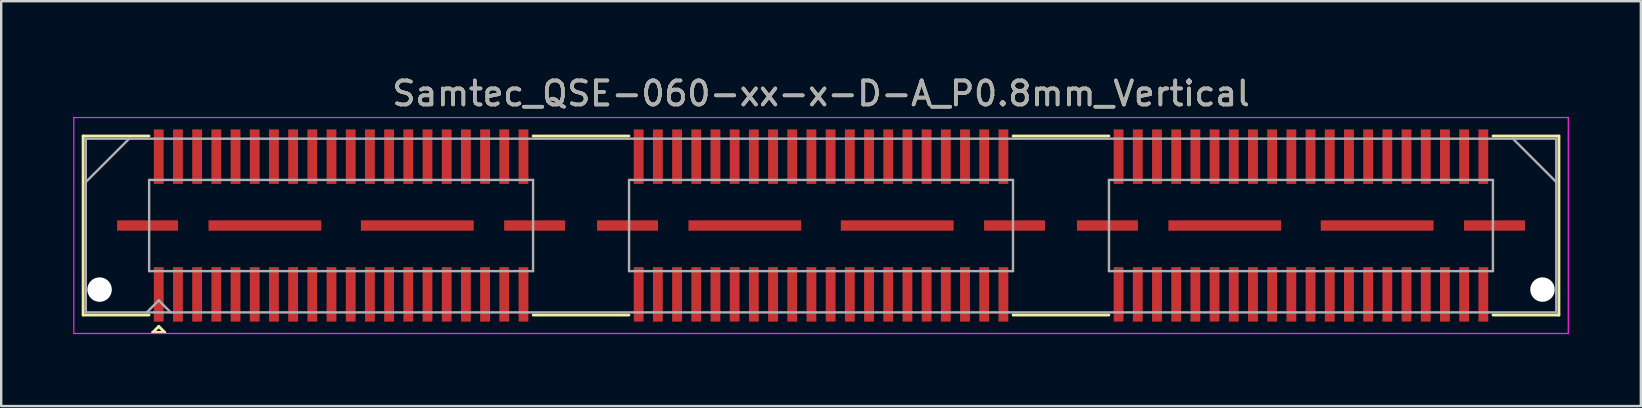
<source format=kicad_pcb>
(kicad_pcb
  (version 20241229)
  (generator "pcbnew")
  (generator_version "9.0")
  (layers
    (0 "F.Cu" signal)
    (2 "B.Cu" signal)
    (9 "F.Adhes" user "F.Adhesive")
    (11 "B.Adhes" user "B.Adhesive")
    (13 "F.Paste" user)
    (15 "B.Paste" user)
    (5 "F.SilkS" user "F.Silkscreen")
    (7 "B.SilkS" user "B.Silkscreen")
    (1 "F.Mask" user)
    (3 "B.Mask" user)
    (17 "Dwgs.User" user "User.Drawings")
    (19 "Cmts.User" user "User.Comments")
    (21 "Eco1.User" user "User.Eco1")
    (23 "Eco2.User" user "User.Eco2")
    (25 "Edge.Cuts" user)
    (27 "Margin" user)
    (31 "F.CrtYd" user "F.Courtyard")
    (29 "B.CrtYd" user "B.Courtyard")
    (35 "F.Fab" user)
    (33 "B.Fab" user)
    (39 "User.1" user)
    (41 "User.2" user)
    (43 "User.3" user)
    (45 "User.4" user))
  (footprint "Samtec_QSE-060-xx-x-D-A_P0.8mm_Vertical"
    (layer "F.Cu")
    (at 31.165 6.348)
    (property "Reference" "Samtec_QSE-060-xx-x-D-A_P0.8mm_Vertical" (at 0 -5.5 0) (layer "F.SilkS") (effects (font (size 1 1) (thickness 0.15))))
    (attr smd)
    (fp_line (start -30.75 -3.73) (end -28.005 -3.73) (stroke (width 0.12) (type solid)) (layer "F.SilkS"))
    (fp_line (start -30.75 3.73) (end -30.75 -3.73) (stroke (width 0.12) (type solid)) (layer "F.SilkS"))
    (fp_line (start -28.005 3.73) (end -30.75 3.73) (stroke (width 0.12) (type solid)) (layer "F.SilkS"))
    (fp_line (start -27.85 4.455) (end -27.6 4.205) (stroke (width 0.12) (type solid)) (layer "F.SilkS"))
    (fp_line (start -27.6 4.205) (end -27.35 4.455) (stroke (width 0.12) (type solid)) (layer "F.SilkS"))
    (fp_line (start -27.35 4.455) (end -27.85 4.455) (stroke (width 0.12) (type solid)) (layer "F.SilkS"))
    (fp_line (start -11.995 -3.73) (end -8.005 -3.73) (stroke (width 0.12) (type solid)) (layer "F.SilkS"))
    (fp_line (start -11.995 3.73) (end -8.005 3.73) (stroke (width 0.12) (type solid)) (layer "F.SilkS"))
    (fp_line (start 8.005 -3.73) (end 11.995 -3.73) (stroke (width 0.12) (type solid)) (layer "F.SilkS"))
    (fp_line (start 8.005 3.73) (end 11.995 3.73) (stroke (width 0.12) (type solid)) (layer "F.SilkS"))
    (fp_line (start 28.005 3.73) (end 30.75 3.73) (stroke (width 0.12) (type solid)) (layer "F.SilkS"))
    (fp_line (start 30.75 -3.73) (end 28.005 -3.73) (stroke (width 0.12) (type solid)) (layer "F.SilkS"))
    (fp_line (start 30.75 3.73) (end 30.75 -3.73) (stroke (width 0.12) (type solid)) (layer "F.SilkS"))
    (fp_line (start -31.14 -4.5) (end -31.14 4.5) (stroke (width 0.05) (type solid)) (layer "F.CrtYd"))
    (fp_line (start -31.14 4.5) (end 31.14 4.5) (stroke (width 0.05) (type solid)) (layer "F.CrtYd"))
    (fp_line (start 31.14 -4.5) (end -31.14 -4.5) (stroke (width 0.05) (type solid)) (layer "F.CrtYd"))
    (fp_line (start 31.14 4.5) (end 31.14 -4.5) (stroke (width 0.05) (type solid)) (layer "F.CrtYd"))
    (fp_line (start -30.64 -3.62) (end -30.64 3.62) (stroke (width 0.1) (type solid)) (layer "F.Fab"))
    (fp_line (start -30.64 -1.81) (end -28.83 -3.62) (stroke (width 0.1) (type solid)) (layer "F.Fab"))
    (fp_line (start -30.64 3.62) (end 30.64 3.62) (stroke (width 0.1) (type solid)) (layer "F.Fab"))
    (fp_line (start -28.1 3.62) (end -27.6 3.12) (stroke (width 0.1) (type solid)) (layer "F.Fab"))
    (fp_line (start -28 -1.9) (end -28 1.9) (stroke (width 0.1) (type solid)) (layer "F.Fab"))
    (fp_line (start -28 1.9) (end -12 1.9) (stroke (width 0.1) (type solid)) (layer "F.Fab"))
    (fp_line (start -27.6 3.12) (end -27.1 3.62) (stroke (width 0.1) (type solid)) (layer "F.Fab"))
    (fp_line (start -12 -1.9) (end -28 -1.9) (stroke (width 0.1) (type solid)) (layer "F.Fab"))
    (fp_line (start -12 1.9) (end -12 -1.9) (stroke (width 0.1) (type solid)) (layer "F.Fab"))
    (fp_line (start -8 -1.9) (end -8 1.9) (stroke (width 0.1) (type solid)) (layer "F.Fab"))
    (fp_line (start -8 1.9) (end 8 1.9) (stroke (width 0.1) (type solid)) (layer "F.Fab"))
    (fp_line (start 8 -1.9) (end -8 -1.9) (stroke (width 0.1) (type solid)) (layer "F.Fab"))
    (fp_line (start 8 1.9) (end 8 -1.9) (stroke (width 0.1) (type solid)) (layer "F.Fab"))
    (fp_line (start 12 -1.9) (end 12 1.9) (stroke (width 0.1) (type solid)) (layer "F.Fab"))
    (fp_line (start 12 1.9) (end 28 1.9) (stroke (width 0.1) (type solid)) (layer "F.Fab"))
    (fp_line (start 28 -1.9) (end 12 -1.9) (stroke (width 0.1) (type solid)) (layer "F.Fab"))
    (fp_line (start 28 1.9) (end 28 -1.9) (stroke (width 0.1) (type solid)) (layer "F.Fab"))
    (fp_line (start 30.64 -3.62) (end -30.64 -3.62) (stroke (width 0.1) (type solid)) (layer "F.Fab"))
    (fp_line (start 30.64 -1.81) (end 28.83 -3.62) (stroke (width 0.1) (type solid)) (layer "F.Fab"))
    (fp_line (start 30.64 3.62) (end 30.64 -3.62) (stroke (width 0.1) (type solid)) (layer "F.Fab"))
    (fp_text user "${REFERENCE}" (at 0 -5.5 0) (layer "F.Fab") (effects (font (size 1 1) (thickness 0.15))))
    (pad "" np_thru_hole circle (at -30.065 2.67) (size 1.02 1.02) (drill 1.02) (layers "*.Cu" "*.Mask"))
    (pad "" np_thru_hole circle (at 30.065 2.67) (size 1.02 1.02) (drill 1.02) (layers "*.Cu" "*.Mask"))
    (pad "1" smd rect (at -27.6 2.87) (size 0.41 2.27) (layers "F.Cu" "F.Mask" "F.Paste"))
    (pad "2" smd rect (at -27.6 -2.87) (size 0.41 2.27) (layers "F.Cu" "F.Mask" "F.Paste"))
    (pad "3" smd rect (at -26.8 2.87) (size 0.41 2.27) (layers "F.Cu" "F.Mask" "F.Paste"))
    (pad "4" smd rect (at -26.8 -2.87) (size 0.41 2.27) (layers "F.Cu" "F.Mask" "F.Paste"))
    (pad "5" smd rect (at -26 2.87) (size 0.41 2.27) (layers "F.Cu" "F.Mask" "F.Paste"))
    (pad "6" smd rect (at -26 -2.87) (size 0.41 2.27) (layers "F.Cu" "F.Mask" "F.Paste"))
    (pad "7" smd rect (at -25.2 2.87) (size 0.41 2.27) (layers "F.Cu" "F.Mask" "F.Paste"))
    (pad "8" smd rect (at -25.2 -2.87) (size 0.41 2.27) (layers "F.Cu" "F.Mask" "F.Paste"))
    (pad "9" smd rect (at -24.4 2.87) (size 0.41 2.27) (layers "F.Cu" "F.Mask" "F.Paste"))
    (pad "10" smd rect (at -24.4 -2.87) (size 0.41 2.27) (layers "F.Cu" "F.Mask" "F.Paste"))
    (pad "11" smd rect (at -23.6 2.87) (size 0.41 2.27) (layers "F.Cu" "F.Mask" "F.Paste"))
    (pad "12" smd rect (at -23.6 -2.87) (size 0.41 2.27) (layers "F.Cu" "F.Mask" "F.Paste"))
    (pad "13" smd rect (at -22.8 2.87) (size 0.41 2.27) (layers "F.Cu" "F.Mask" "F.Paste"))
    (pad "14" smd rect (at -22.8 -2.87) (size 0.41 2.27) (layers "F.Cu" "F.Mask" "F.Paste"))
    (pad "15" smd rect (at -22 2.87) (size 0.41 2.27) (layers "F.Cu" "F.Mask" "F.Paste"))
    (pad "16" smd rect (at -22 -2.87) (size 0.41 2.27) (layers "F.Cu" "F.Mask" "F.Paste"))
    (pad "17" smd rect (at -21.2 2.87) (size 0.41 2.27) (layers "F.Cu" "F.Mask" "F.Paste"))
    (pad "18" smd rect (at -21.2 -2.87) (size 0.41 2.27) (layers "F.Cu" "F.Mask" "F.Paste"))
    (pad "19" smd rect (at -20.4 2.87) (size 0.41 2.27) (layers "F.Cu" "F.Mask" "F.Paste"))
    (pad "20" smd rect (at -20.4 -2.87) (size 0.41 2.27) (layers "F.Cu" "F.Mask" "F.Paste"))
    (pad "21" smd rect (at -19.6 2.87) (size 0.41 2.27) (layers "F.Cu" "F.Mask" "F.Paste"))
    (pad "22" smd rect (at -19.6 -2.87) (size 0.41 2.27) (layers "F.Cu" "F.Mask" "F.Paste"))
    (pad "23" smd rect (at -18.8 2.87) (size 0.41 2.27) (layers "F.Cu" "F.Mask" "F.Paste"))
    (pad "24" smd rect (at -18.8 -2.87) (size 0.41 2.27) (layers "F.Cu" "F.Mask" "F.Paste"))
    (pad "25" smd rect (at -18 2.87) (size 0.41 2.27) (layers "F.Cu" "F.Mask" "F.Paste"))
    (pad "26" smd rect (at -18 -2.87) (size 0.41 2.27) (layers "F.Cu" "F.Mask" "F.Paste"))
    (pad "27" smd rect (at -17.2 2.87) (size 0.41 2.27) (layers "F.Cu" "F.Mask" "F.Paste"))
    (pad "28" smd rect (at -17.2 -2.87) (size 0.41 2.27) (layers "F.Cu" "F.Mask" "F.Paste"))
    (pad "29" smd rect (at -16.4 2.87) (size 0.41 2.27) (layers "F.Cu" "F.Mask" "F.Paste"))
    (pad "30" smd rect (at -16.4 -2.87) (size 0.41 2.27) (layers "F.Cu" "F.Mask" "F.Paste"))
    (pad "31" smd rect (at -15.6 2.87) (size 0.41 2.27) (layers "F.Cu" "F.Mask" "F.Paste"))
    (pad "32" smd rect (at -15.6 -2.87) (size 0.41 2.27) (layers "F.Cu" "F.Mask" "F.Paste"))
    (pad "33" smd rect (at -14.8 2.87) (size 0.41 2.27) (layers "F.Cu" "F.Mask" "F.Paste"))
    (pad "34" smd rect (at -14.8 -2.87) (size 0.41 2.27) (layers "F.Cu" "F.Mask" "F.Paste"))
    (pad "35" smd rect (at -14 2.87) (size 0.41 2.27) (layers "F.Cu" "F.Mask" "F.Paste"))
    (pad "36" smd rect (at -14 -2.87) (size 0.41 2.27) (layers "F.Cu" "F.Mask" "F.Paste"))
    (pad "37" smd rect (at -13.2 2.87) (size 0.41 2.27) (layers "F.Cu" "F.Mask" "F.Paste"))
    (pad "38" smd rect (at -13.2 -2.87) (size 0.41 2.27) (layers "F.Cu" "F.Mask" "F.Paste"))
    (pad "39" smd rect (at -12.4 2.87) (size 0.41 2.27) (layers "F.Cu" "F.Mask" "F.Paste"))
    (pad "40" smd rect (at -12.4 -2.87) (size 0.41 2.27) (layers "F.Cu" "F.Mask" "F.Paste"))
    (pad "41" smd rect (at -7.6 2.87) (size 0.41 2.27) (layers "F.Cu" "F.Mask" "F.Paste"))
    (pad "42" smd rect (at -7.6 -2.87) (size 0.41 2.27) (layers "F.Cu" "F.Mask" "F.Paste"))
    (pad "43" smd rect (at -6.8 2.87) (size 0.41 2.27) (layers "F.Cu" "F.Mask" "F.Paste"))
    (pad "44" smd rect (at -6.8 -2.87) (size 0.41 2.27) (layers "F.Cu" "F.Mask" "F.Paste"))
    (pad "45" smd rect (at -6 2.87) (size 0.41 2.27) (layers "F.Cu" "F.Mask" "F.Paste"))
    (pad "46" smd rect (at -6 -2.87) (size 0.41 2.27) (layers "F.Cu" "F.Mask" "F.Paste"))
    (pad "47" smd rect (at -5.2 2.87) (size 0.41 2.27) (layers "F.Cu" "F.Mask" "F.Paste"))
    (pad "48" smd rect (at -5.2 -2.87) (size 0.41 2.27) (layers "F.Cu" "F.Mask" "F.Paste"))
    (pad "49" smd rect (at -4.4 2.87) (size 0.41 2.27) (layers "F.Cu" "F.Mask" "F.Paste"))
    (pad "50" smd rect (at -4.4 -2.87) (size 0.41 2.27) (layers "F.Cu" "F.Mask" "F.Paste"))
    (pad "51" smd rect (at -3.6 2.87) (size 0.41 2.27) (layers "F.Cu" "F.Mask" "F.Paste"))
    (pad "52" smd rect (at -3.6 -2.87) (size 0.41 2.27) (layers "F.Cu" "F.Mask" "F.Paste"))
    (pad "53" smd rect (at -2.8 2.87) (size 0.41 2.27) (layers "F.Cu" "F.Mask" "F.Paste"))
    (pad "54" smd rect (at -2.8 -2.87) (size 0.41 2.27) (layers "F.Cu" "F.Mask" "F.Paste"))
    (pad "55" smd rect (at -2 2.87) (size 0.41 2.27) (layers "F.Cu" "F.Mask" "F.Paste"))
    (pad "56" smd rect (at -2 -2.87) (size 0.41 2.27) (layers "F.Cu" "F.Mask" "F.Paste"))
    (pad "57" smd rect (at -1.2 2.87) (size 0.41 2.27) (layers "F.Cu" "F.Mask" "F.Paste"))
    (pad "58" smd rect (at -1.2 -2.87) (size 0.41 2.27) (layers "F.Cu" "F.Mask" "F.Paste"))
    (pad "59" smd rect (at -0.4 2.87) (size 0.41 2.27) (layers "F.Cu" "F.Mask" "F.Paste"))
    (pad "60" smd rect (at -0.4 -2.87) (size 0.41 2.27) (layers "F.Cu" "F.Mask" "F.Paste"))
    (pad "61" smd rect (at 0.4 2.87) (size 0.41 2.27) (layers "F.Cu" "F.Mask" "F.Paste"))
    (pad "62" smd rect (at 0.4 -2.87) (size 0.41 2.27) (layers "F.Cu" "F.Mask" "F.Paste"))
    (pad "63" smd rect (at 1.2 2.87) (size 0.41 2.27) (layers "F.Cu" "F.Mask" "F.Paste"))
    (pad "64" smd rect (at 1.2 -2.87) (size 0.41 2.27) (layers "F.Cu" "F.Mask" "F.Paste"))
    (pad "65" smd rect (at 2 2.87) (size 0.41 2.27) (layers "F.Cu" "F.Mask" "F.Paste"))
    (pad "66" smd rect (at 2 -2.87) (size 0.41 2.27) (layers "F.Cu" "F.Mask" "F.Paste"))
    (pad "67" smd rect (at 2.8 2.87) (size 0.41 2.27) (layers "F.Cu" "F.Mask" "F.Paste"))
    (pad "68" smd rect (at 2.8 -2.87) (size 0.41 2.27) (layers "F.Cu" "F.Mask" "F.Paste"))
    (pad "69" smd rect (at 3.6 2.87) (size 0.41 2.27) (layers "F.Cu" "F.Mask" "F.Paste"))
    (pad "70" smd rect (at 3.6 -2.87) (size 0.41 2.27) (layers "F.Cu" "F.Mask" "F.Paste"))
    (pad "71" smd rect (at 4.4 2.87) (size 0.41 2.27) (layers "F.Cu" "F.Mask" "F.Paste"))
    (pad "72" smd rect (at 4.4 -2.87) (size 0.41 2.27) (layers "F.Cu" "F.Mask" "F.Paste"))
    (pad "73" smd rect (at 5.2 2.87) (size 0.41 2.27) (layers "F.Cu" "F.Mask" "F.Paste"))
    (pad "74" smd rect (at 5.2 -2.87) (size 0.41 2.27) (layers "F.Cu" "F.Mask" "F.Paste"))
    (pad "75" smd rect (at 6 2.87) (size 0.41 2.27) (layers "F.Cu" "F.Mask" "F.Paste"))
    (pad "76" smd rect (at 6 -2.87) (size 0.41 2.27) (layers "F.Cu" "F.Mask" "F.Paste"))
    (pad "77" smd rect (at 6.8 2.87) (size 0.41 2.27) (layers "F.Cu" "F.Mask" "F.Paste"))
    (pad "78" smd rect (at 6.8 -2.87) (size 0.41 2.27) (layers "F.Cu" "F.Mask" "F.Paste"))
    (pad "79" smd rect (at 7.6 2.87) (size 0.41 2.27) (layers "F.Cu" "F.Mask" "F.Paste"))
    (pad "80" smd rect (at 7.6 -2.87) (size 0.41 2.27) (layers "F.Cu" "F.Mask" "F.Paste"))
    (pad "81" smd rect (at 12.4 2.87) (size 0.41 2.27) (layers "F.Cu" "F.Mask" "F.Paste"))
    (pad "82" smd rect (at 12.4 -2.87) (size 0.41 2.27) (layers "F.Cu" "F.Mask" "F.Paste"))
    (pad "83" smd rect (at 13.2 2.87) (size 0.41 2.27) (layers "F.Cu" "F.Mask" "F.Paste"))
    (pad "84" smd rect (at 13.2 -2.87) (size 0.41 2.27) (layers "F.Cu" "F.Mask" "F.Paste"))
    (pad "85" smd rect (at 14 2.87) (size 0.41 2.27) (layers "F.Cu" "F.Mask" "F.Paste"))
    (pad "86" smd rect (at 14 -2.87) (size 0.41 2.27) (layers "F.Cu" "F.Mask" "F.Paste"))
    (pad "87" smd rect (at 14.8 2.87) (size 0.41 2.27) (layers "F.Cu" "F.Mask" "F.Paste"))
    (pad "88" smd rect (at 14.8 -2.87) (size 0.41 2.27) (layers "F.Cu" "F.Mask" "F.Paste"))
    (pad "89" smd rect (at 15.6 2.87) (size 0.41 2.27) (layers "F.Cu" "F.Mask" "F.Paste"))
    (pad "90" smd rect (at 15.6 -2.87) (size 0.41 2.27) (layers "F.Cu" "F.Mask" "F.Paste"))
    (pad "91" smd rect (at 16.4 2.87) (size 0.41 2.27) (layers "F.Cu" "F.Mask" "F.Paste"))
    (pad "92" smd rect (at 16.4 -2.87) (size 0.41 2.27) (layers "F.Cu" "F.Mask" "F.Paste"))
    (pad "93" smd rect (at 17.2 2.87) (size 0.41 2.27) (layers "F.Cu" "F.Mask" "F.Paste"))
    (pad "94" smd rect (at 17.2 -2.87) (size 0.41 2.27) (layers "F.Cu" "F.Mask" "F.Paste"))
    (pad "95" smd rect (at 18 2.87) (size 0.41 2.27) (layers "F.Cu" "F.Mask" "F.Paste"))
    (pad "96" smd rect (at 18 -2.87) (size 0.41 2.27) (layers "F.Cu" "F.Mask" "F.Paste"))
    (pad "97" smd rect (at 18.8 2.87) (size 0.41 2.27) (layers "F.Cu" "F.Mask" "F.Paste"))
    (pad "98" smd rect (at 18.8 -2.87) (size 0.41 2.27) (layers "F.Cu" "F.Mask" "F.Paste"))
    (pad "99" smd rect (at 19.6 2.87) (size 0.41 2.27) (layers "F.Cu" "F.Mask" "F.Paste"))
    (pad "100" smd rect (at 19.6 -2.87) (size 0.41 2.27) (layers "F.Cu" "F.Mask" "F.Paste"))
    (pad "101" smd rect (at 20.4 2.87) (size 0.41 2.27) (layers "F.Cu" "F.Mask" "F.Paste"))
    (pad "102" smd rect (at 20.4 -2.87) (size 0.41 2.27) (layers "F.Cu" "F.Mask" "F.Paste"))
    (pad "103" smd rect (at 21.2 2.87) (size 0.41 2.27) (layers "F.Cu" "F.Mask" "F.Paste"))
    (pad "104" smd rect (at 21.2 -2.87) (size 0.41 2.27) (layers "F.Cu" "F.Mask" "F.Paste"))
    (pad "105" smd rect (at 22 2.87) (size 0.41 2.27) (layers "F.Cu" "F.Mask" "F.Paste"))
    (pad "106" smd rect (at 22 -2.87) (size 0.41 2.27) (layers "F.Cu" "F.Mask" "F.Paste"))
    (pad "107" smd rect (at 22.8 2.87) (size 0.41 2.27) (layers "F.Cu" "F.Mask" "F.Paste"))
    (pad "108" smd rect (at 22.8 -2.87) (size 0.41 2.27) (layers "F.Cu" "F.Mask" "F.Paste"))
    (pad "109" smd rect (at 23.6 2.87) (size 0.41 2.27) (layers "F.Cu" "F.Mask" "F.Paste"))
    (pad "110" smd rect (at 23.6 -2.87) (size 0.41 2.27) (layers "F.Cu" "F.Mask" "F.Paste"))
    (pad "111" smd rect (at 24.4 2.87) (size 0.41 2.27) (layers "F.Cu" "F.Mask" "F.Paste"))
    (pad "112" smd rect (at 24.4 -2.87) (size 0.41 2.27) (layers "F.Cu" "F.Mask" "F.Paste"))
    (pad "113" smd rect (at 25.2 2.87) (size 0.41 2.27) (layers "F.Cu" "F.Mask" "F.Paste"))
    (pad "114" smd rect (at 25.2 -2.87) (size 0.41 2.27) (layers "F.Cu" "F.Mask" "F.Paste"))
    (pad "115" smd rect (at 26 2.87) (size 0.41 2.27) (layers "F.Cu" "F.Mask" "F.Paste"))
    (pad "116" smd rect (at 26 -2.87) (size 0.41 2.27) (layers "F.Cu" "F.Mask" "F.Paste"))
    (pad "117" smd rect (at 26.8 2.87) (size 0.41 2.27) (layers "F.Cu" "F.Mask" "F.Paste"))
    (pad "118" smd rect (at 26.8 -2.87) (size 0.41 2.27) (layers "F.Cu" "F.Mask" "F.Paste"))
    (pad "119" smd rect (at 27.6 2.87) (size 0.41 2.27) (layers "F.Cu" "F.Mask" "F.Paste"))
    (pad "120" smd rect (at 27.6 -2.87) (size 0.41 2.27) (layers "F.Cu" "F.Mask" "F.Paste"))
    (pad "121" smd rect (at -28.065 0) (size 2.54 0.43) (layers "F.Cu" "F.Mask" "F.Paste"))
    (pad "122" smd rect (at -23.175 0) (size 4.7 0.43) (layers "F.Cu" "F.Mask" "F.Paste"))
    (pad "123" smd rect (at -16.825 0) (size 4.7 0.43) (layers "F.Cu" "F.Mask" "F.Paste"))
    (pad "124" smd rect (at -11.935 0) (size 2.54 0.43) (layers "F.Cu" "F.Mask" "F.Paste"))
    (pad "125" smd rect (at -8.065 0) (size 2.54 0.43) (layers "F.Cu" "F.Mask" "F.Paste"))
    (pad "126" smd rect (at -3.175 0) (size 4.7 0.43) (layers "F.Cu" "F.Mask" "F.Paste"))
    (pad "127" smd rect (at 3.175 0) (size 4.7 0.43) (layers "F.Cu" "F.Mask" "F.Paste"))
    (pad "128" smd rect (at 8.065 0) (size 2.54 0.43) (layers "F.Cu" "F.Mask" "F.Paste"))
    (pad "129" smd rect (at 11.935 0) (size 2.54 0.43) (layers "F.Cu" "F.Mask" "F.Paste"))
    (pad "130" smd rect (at 16.825 0) (size 4.7 0.43) (layers "F.Cu" "F.Mask" "F.Paste"))
    (pad "131" smd rect (at 23.175 0) (size 4.7 0.43) (layers "F.Cu" "F.Mask" "F.Paste"))
    (pad "132" smd rect (at 28.065 0) (size 2.54 0.43) (layers "F.Cu" "F.Mask" "F.Paste")))
  (gr_rect
    (start -3 -3)
    (end 65.33 13.873)
    (stroke (width 0.1) (type default))
    (fill no)
    (layer "Edge.Cuts")))
</source>
